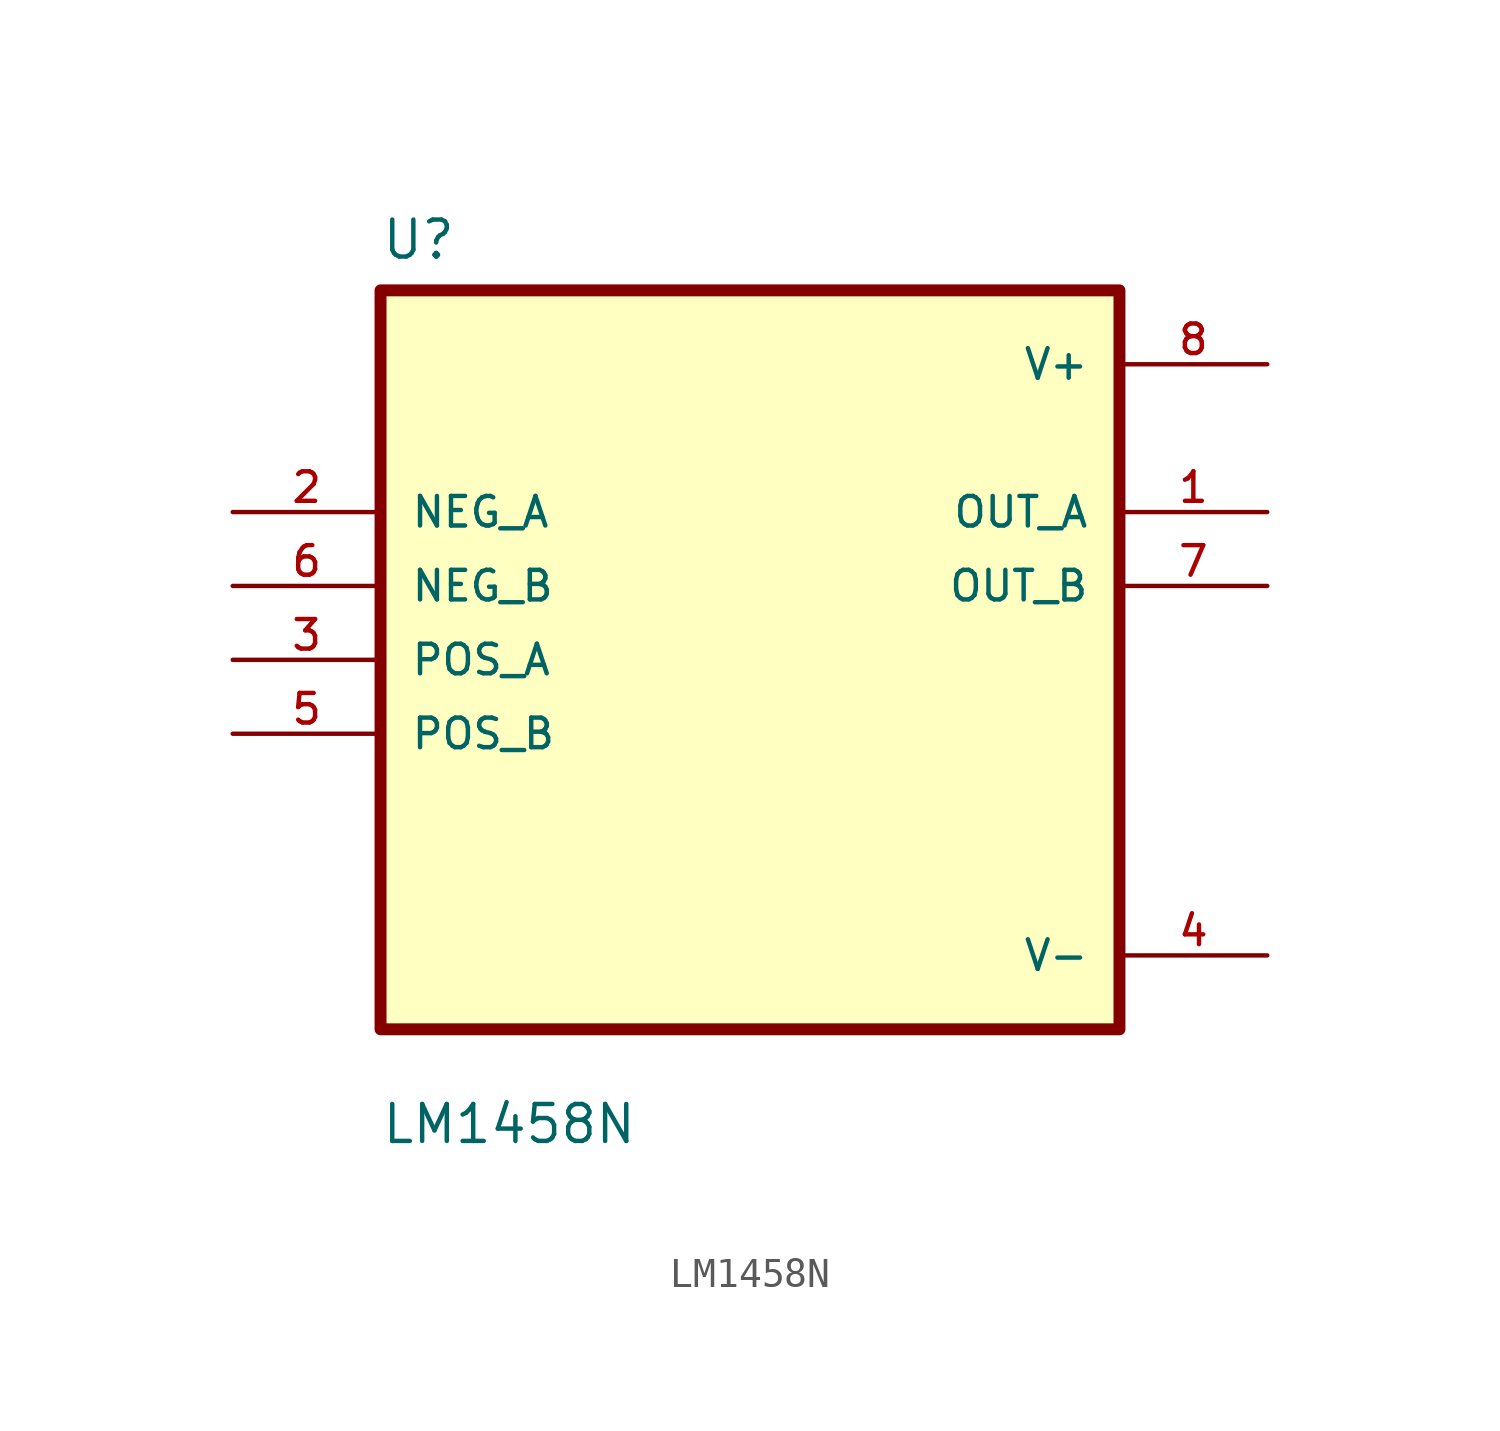
<source format=kicad_sym>
(kicad_symbol_lib
  (version 20211014)
  (generator kicad_symbol_editor)
  (symbol "LM1458N"
    (pin_names
      (offset 1.016))
    (property "Reference" "U"
      (at -12.7 13.7 0.0)
      (effects (font (size 1.27 1.27)) (justify bottom left)))
    (property "Value" "LM1458N"
      (at -12.7 -16.7 0.0)
      (effects (font (size 1.27 1.27)) (justify bottom left)))
    (symbol "LM1458N_0_0"
      (rectangle (start -12.7 -12.7) (end 12.7 12.7) (stroke (width 0.41)) (fill (type background)))
      (pin input line (at -17.78 5.08 0) (length 5.08) (name "NEG_A" (effects (font (size 1.016 1.016)))) (number "2" (effects (font (size 1.016 1.016)))))
      (pin input line (at -17.78 2.54 0) (length 5.08) (name "NEG_B" (effects (font (size 1.016 1.016)))) (number "6" (effects (font (size 1.016 1.016)))))
      (pin input line (at -17.78 -8.88178e-16 0) (length 5.08) (name "POS_A" (effects (font (size 1.016 1.016)))) (number "3" (effects (font (size 1.016 1.016)))))
      (pin input line (at -17.78 -2.54 0) (length 5.08) (name "POS_B" (effects (font (size 1.016 1.016)))) (number "5" (effects (font (size 1.016 1.016)))))
      (pin power_in line (at 17.78 10.16 180.0) (length 5.08) (name "V+" (effects (font (size 1.016 1.016)))) (number "8" (effects (font (size 1.016 1.016)))))
      (pin output line (at 17.78 5.08 180.0) (length 5.08) (name "OUT_A" (effects (font (size 1.016 1.016)))) (number "1" (effects (font (size 1.016 1.016)))))
      (pin output line (at 17.78 2.54 180.0) (length 5.08) (name "OUT_B" (effects (font (size 1.016 1.016)))) (number "7" (effects (font (size 1.016 1.016)))))
      (pin power_in line (at 17.78 -10.16 180.0) (length 5.08) (name "V-" (effects (font (size 1.016 1.016)))) (number "4" (effects (font (size 1.016 1.016))))))))
</source>
